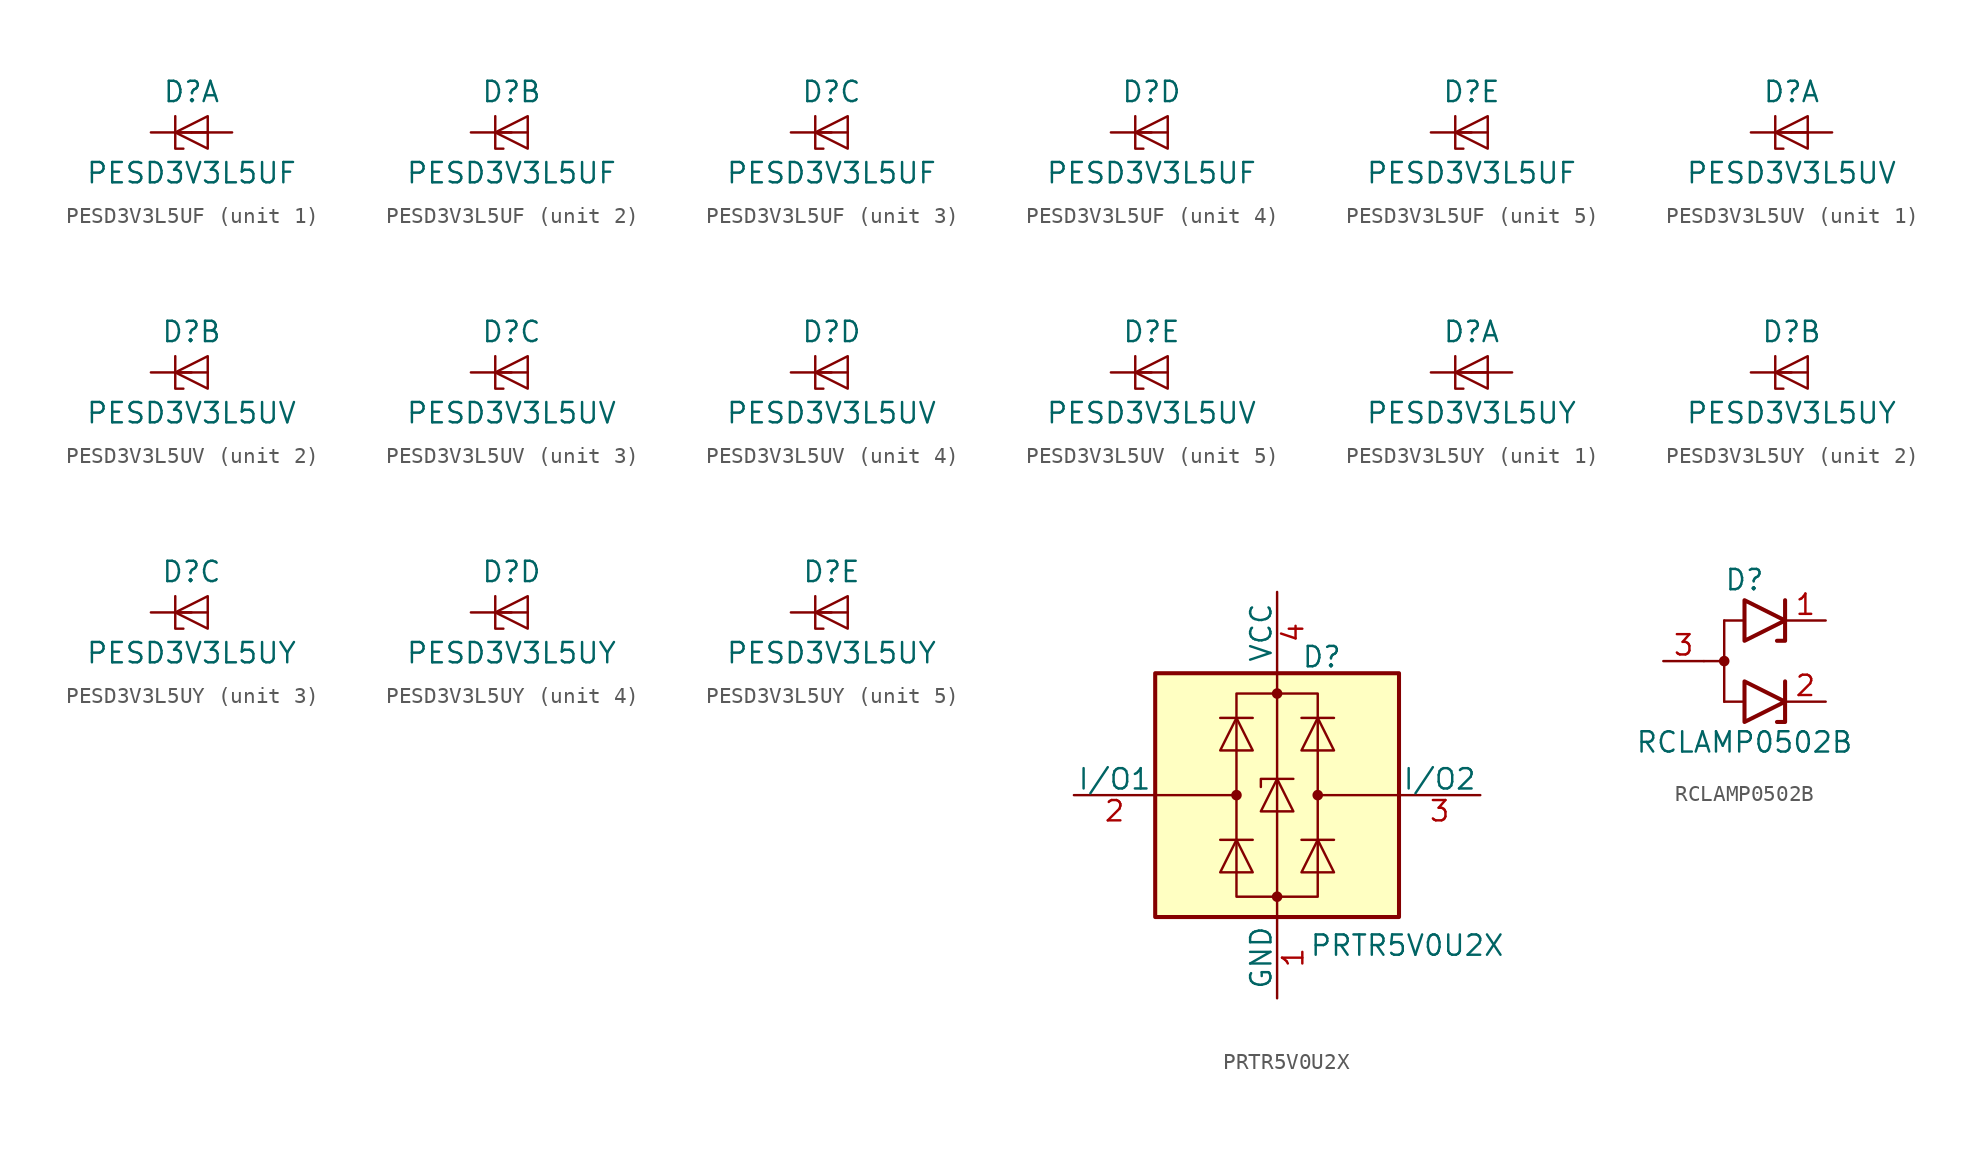
<source format=kicad_sym>
(kicad_symbol_lib
  (version 20201005)
  (generator kicad_symbol_editor)
  (symbol "Power_Protection:PESD3V3L5UF"
    (pin_numbers hide)
    (pin_names hide)
    (property "Reference" "D"
      (at 0 2.54 0)
      (effects (font (size 1.27 1.27))))
    (property "Value" "PESD3V3L5UF"
      (at 0 -2.54 0)
      (effects (font (size 1.27 1.27))))
    (property "ki_locked" ""
      (at 0 0 0)
      (effects (font (size 1.27 1.27))))
    (symbol "PESD3V3L5UF_0_1"
      (polyline (pts (xy -1.016 0) (xy 1.016 0)) (stroke (width 0)) (fill (type none)))
      (polyline (pts (xy -1.016 1.016) (xy -1.016 -1.016) (xy -0.508 -1.016)) (stroke (width 0)) (fill (type none)))
      (polyline (pts (xy 1.016 1.016) (xy -1.016 0) (xy 1.016 -1.016) (xy 1.016 1.016)) (stroke (width 0)) (fill (type none))))
    (symbol "PESD3V3L5UF_1_1"
      (pin passive line (at -2.54 0 0) (length 2.54) (name "K1" (effects (font (size 1.27 1.27)))) (number "1" (effects (font (size 1.27 1.27)))))
      (pin passive line (at 2.54 0 180) (length 2.54) (name "A" (effects (font (size 1.27 1.27)))) (number "2" (effects (font (size 1.27 1.27))))))
    (symbol "PESD3V3L5UF_2_1"
      (pin passive line (at -2.54 0 0) (length 2.54) (name "K2" (effects (font (size 1.27 1.27)))) (number "3" (effects (font (size 1.27 1.27))))))
    (symbol "PESD3V3L5UF_3_1"
      (pin passive line (at -2.54 0 0) (length 2.54) (name "K3" (effects (font (size 1.27 1.27)))) (number "4" (effects (font (size 1.27 1.27))))))
    (symbol "PESD3V3L5UF_4_1"
      (pin passive line (at -2.54 0 0) (length 2.54) (name "K4" (effects (font (size 1.27 1.27)))) (number "5" (effects (font (size 1.27 1.27))))))
    (symbol "PESD3V3L5UF_5_1"
      (pin passive line (at -2.54 0 0) (length 2.54) (name "K5" (effects (font (size 1.27 1.27)))) (number "6" (effects (font (size 1.27 1.27)))))))
  (symbol "Power_Protection:PESD3V3L5UV"
    (pin_numbers hide)
    (pin_names hide)
    (property "Reference" "D"
      (at 0 2.54 0)
      (effects (font (size 1.27 1.27))))
    (property "Value" "PESD3V3L5UV"
      (at 0 -2.54 0)
      (effects (font (size 1.27 1.27))))
    (property "ki_locked" ""
      (at 0 0 0)
      (effects (font (size 1.27 1.27))))
    (symbol "PESD3V3L5UV_0_1"
      (polyline (pts (xy -1.016 0) (xy 1.016 0)) (stroke (width 0)) (fill (type none)))
      (polyline (pts (xy -1.016 1.016) (xy -1.016 -1.016) (xy -0.508 -1.016)) (stroke (width 0)) (fill (type none)))
      (polyline (pts (xy 1.016 1.016) (xy -1.016 0) (xy 1.016 -1.016) (xy 1.016 1.016)) (stroke (width 0)) (fill (type none))))
    (symbol "PESD3V3L5UV_1_1"
      (pin passive line (at -2.54 0 0) (length 2.54) (name "K1" (effects (font (size 1.27 1.27)))) (number "1" (effects (font (size 1.27 1.27)))))
      (pin passive line (at 2.54 0 180) (length 2.54) (name "A" (effects (font (size 1.27 1.27)))) (number "2" (effects (font (size 1.27 1.27))))))
    (symbol "PESD3V3L5UV_2_1"
      (pin passive line (at -2.54 0 0) (length 2.54) (name "K2" (effects (font (size 1.27 1.27)))) (number "3" (effects (font (size 1.27 1.27))))))
    (symbol "PESD3V3L5UV_3_1"
      (pin passive line (at -2.54 0 0) (length 2.54) (name "K3" (effects (font (size 1.27 1.27)))) (number "4" (effects (font (size 1.27 1.27))))))
    (symbol "PESD3V3L5UV_4_1"
      (pin passive line (at -2.54 0 0) (length 2.54) (name "K4" (effects (font (size 1.27 1.27)))) (number "5" (effects (font (size 1.27 1.27))))))
    (symbol "PESD3V3L5UV_5_1"
      (pin passive line (at -2.54 0 0) (length 2.54) (name "K5" (effects (font (size 1.27 1.27)))) (number "6" (effects (font (size 1.27 1.27)))))))
  (symbol "Power_Protection:PESD3V3L5UY"
    (pin_numbers hide)
    (pin_names hide)
    (property "Reference" "D"
      (at 0 2.54 0)
      (effects (font (size 1.27 1.27))))
    (property "Value" "PESD3V3L5UY"
      (at 0 -2.54 0)
      (effects (font (size 1.27 1.27))))
    (property "ki_locked" ""
      (at 0 0 0)
      (effects (font (size 1.27 1.27))))
    (symbol "PESD3V3L5UY_0_1"
      (polyline (pts (xy -1.016 0) (xy 1.016 0)) (stroke (width 0)) (fill (type none)))
      (polyline (pts (xy -1.016 1.016) (xy -1.016 -1.016) (xy -0.508 -1.016)) (stroke (width 0)) (fill (type none)))
      (polyline (pts (xy 1.016 1.016) (xy -1.016 0) (xy 1.016 -1.016) (xy 1.016 1.016)) (stroke (width 0)) (fill (type none))))
    (symbol "PESD3V3L5UY_1_1"
      (pin passive line (at -2.54 0 0) (length 2.54) (name "K1" (effects (font (size 1.27 1.27)))) (number "1" (effects (font (size 1.27 1.27)))))
      (pin passive line (at 2.54 0 180) (length 2.54) (name "A" (effects (font (size 1.27 1.27)))) (number "2" (effects (font (size 1.27 1.27))))))
    (symbol "PESD3V3L5UY_2_1"
      (pin passive line (at -2.54 0 0) (length 2.54) (name "K2" (effects (font (size 1.27 1.27)))) (number "3" (effects (font (size 1.27 1.27))))))
    (symbol "PESD3V3L5UY_3_1"
      (pin passive line (at -2.54 0 0) (length 2.54) (name "K3" (effects (font (size 1.27 1.27)))) (number "4" (effects (font (size 1.27 1.27))))))
    (symbol "PESD3V3L5UY_4_1"
      (pin passive line (at -2.54 0 0) (length 2.54) (name "K4" (effects (font (size 1.27 1.27)))) (number "5" (effects (font (size 1.27 1.27))))))
    (symbol "PESD3V3L5UY_5_1"
      (pin passive line (at -2.54 0 0) (length 2.54) (name "K5" (effects (font (size 1.27 1.27)))) (number "6" (effects (font (size 1.27 1.27)))))))
  (symbol "Power_Protection:PRTR5V0U2X"
    (pin_names
      (offset 0))
    (property "Reference" "D"
      (at 2.794 8.636 0)
      (effects (font (size 1.27 1.27))))
    (property "Value" "PRTR5V0U2X"
      (at 8.128 -9.398 0)
      (effects (font (size 1.27 1.27))))
    (symbol "PRTR5V0U2X_0_1"
      (circle (center -2.54 0) (radius 0.254) (stroke (width 0)) (fill (type outline)))
      (circle (center 0 -6.35) (radius 0.254) (stroke (width 0)) (fill (type outline)))
      (circle (center 0 6.35) (radius 0.254) (stroke (width 0)) (fill (type outline)))
      (circle (center 2.54 0) (radius 0.254) (stroke (width 0)) (fill (type outline)))
      (rectangle (start -7.62 -7.62) (end 7.62 7.62) (stroke (width 0.254)) (fill (type background)))
      (rectangle (start -2.54 6.35) (end 2.54 -6.35) (stroke (width 0)) (fill (type none)))
      (polyline (pts (xy -2.54 0) (xy -7.62 0)) (stroke (width 0)) (fill (type none)))
      (polyline (pts (xy -1.524 -2.794) (xy -3.556 -2.794)) (stroke (width 0)) (fill (type none)))
      (polyline (pts (xy -1.524 4.826) (xy -3.556 4.826)) (stroke (width 0)) (fill (type none)))
      (polyline (pts (xy 0 -7.62) (xy 0 7.62)) (stroke (width 0)) (fill (type none)))
      (polyline (pts (xy 1.524 -2.794) (xy 3.556 -2.794)) (stroke (width 0)) (fill (type none)))
      (polyline (pts (xy 1.524 4.826) (xy 3.556 4.826)) (stroke (width 0)) (fill (type none)))
      (polyline (pts (xy 2.54 0) (xy 7.62 0)) (stroke (width 0)) (fill (type none)))
      (polyline (pts (xy 1.016 1.016) (xy -1.016 1.016) (xy -1.016 0.508)) (stroke (width 0)) (fill (type none)))
      (polyline (pts (xy -3.556 -4.826) (xy -1.524 -4.826) (xy -2.54 -2.794) (xy -3.556 -4.826)) (stroke (width 0)) (fill (type none)))
      (polyline (pts (xy -3.556 2.794) (xy -1.524 2.794) (xy -2.54 4.826) (xy -3.556 2.794)) (stroke (width 0)) (fill (type none)))
      (polyline (pts (xy -1.016 -1.016) (xy 1.016 -1.016) (xy 0 1.016) (xy -1.016 -1.016)) (stroke (width 0)) (fill (type none)))
      (polyline (pts (xy 3.556 -4.826) (xy 1.524 -4.826) (xy 2.54 -2.794) (xy 3.556 -4.826)) (stroke (width 0)) (fill (type none)))
      (polyline (pts (xy 3.556 2.794) (xy 1.524 2.794) (xy 2.54 4.826) (xy 3.556 2.794)) (stroke (width 0)) (fill (type none))))
    (symbol "PRTR5V0U2X_1_1"
      (pin passive line (at 0 -12.7 90) (length 5.08) (name "GND" (effects (font (size 1.27 1.27)))) (number "1" (effects (font (size 1.27 1.27)))))
      (pin passive line (at -12.7 0 0) (length 5.08) (name "I/O1" (effects (font (size 1.27 1.27)))) (number "2" (effects (font (size 1.27 1.27)))))
      (pin passive line (at 12.7 0 180) (length 5.08) (name "I/O2" (effects (font (size 1.27 1.27)))) (number "3" (effects (font (size 1.27 1.27)))))
      (pin passive line (at 0 12.7 270) (length 5.08) (name "VCC" (effects (font (size 1.27 1.27)))) (number "4" (effects (font (size 1.27 1.27)))))))
  (symbol "Power_Protection:RCLAMP0502B"
    (pin_names hide)
    (property "Reference" "D"
      (at 0 5.08 0)
      (effects (font (size 1.27 1.27))))
    (property "Value" "RCLAMP0502B"
      (at 0 -5.08 0)
      (effects (font (size 1.27 1.27))))
    (symbol "RCLAMP0502B_0_1"
      (polyline (pts (xy -2.54 0) (xy -1.27 0)) (stroke (width 0)) (fill (type none)))
      (polyline (pts (xy -1.27 2.54) (xy -1.27 -2.54)) (stroke (width 0)) (fill (type none)))
      (polyline (pts (xy 0 2.54) (xy -1.27 2.54)) (stroke (width 0.152)) (fill (type none)))
      (polyline (pts (xy 2.54 3.81) (xy 2.54 1.27) (xy 2.032 1.27)) (stroke (width 0.254)) (fill (type none)))
      (polyline (pts (xy 0 1.27) (xy 0 3.81) (xy 2.54 2.54) (xy 0 1.27)) (stroke (width 0.254)) (fill (type none)))
      (pin passive line (at -5.08 0 0) (length 2.54) (name "A" (effects (font (size 1.27 1.27)))) (number "3" (effects (font (size 1.27 1.27))))))
    (symbol "RCLAMP0502B_1_1"
      (circle (center -1.27 0) (radius 0.254) (stroke (width 0)) (fill (type outline)))
      (polyline (pts (xy 0 -2.54) (xy -1.27 -2.54)) (stroke (width 0.152)) (fill (type none)))
      (polyline (pts (xy 2.54 -1.27) (xy 2.54 -3.81) (xy 2.032 -3.81)) (stroke (width 0.254)) (fill (type none)))
      (polyline (pts (xy 0 -3.81) (xy 0 -1.27) (xy 2.54 -2.54) (xy 0 -3.81)) (stroke (width 0.254)) (fill (type none)))
      (pin passive line (at 5.08 2.54 180) (length 2.54) (name "K1" (effects (font (size 1.27 1.27)))) (number "1" (effects (font (size 1.27 1.27)))))
      (pin passive line (at 5.08 -2.54 180) (length 2.54) (name "K2" (effects (font (size 1.27 1.27)))) (number "2" (effects (font (size 1.27 1.27))))))))
</source>
